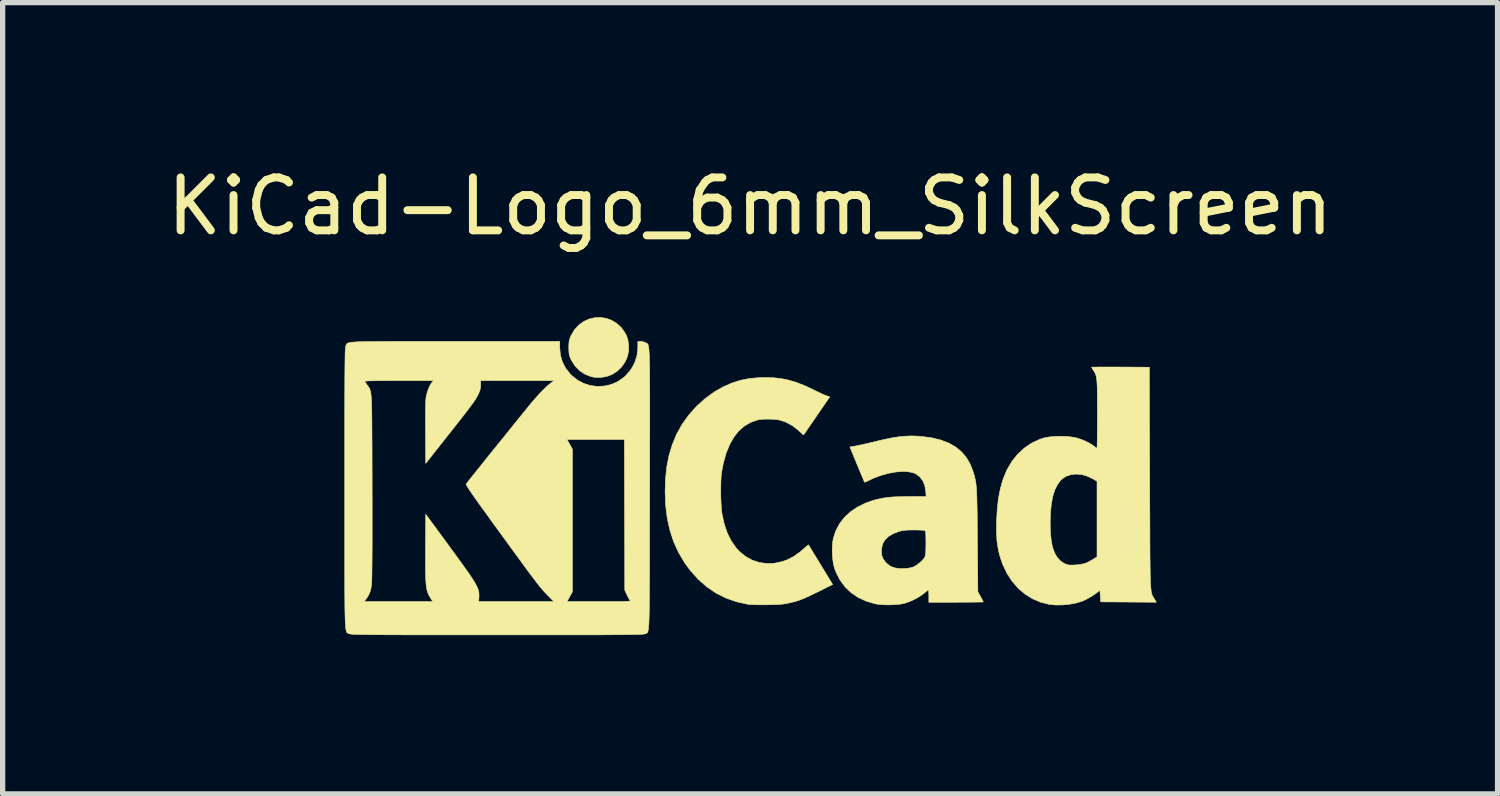
<source format=kicad_pcb>
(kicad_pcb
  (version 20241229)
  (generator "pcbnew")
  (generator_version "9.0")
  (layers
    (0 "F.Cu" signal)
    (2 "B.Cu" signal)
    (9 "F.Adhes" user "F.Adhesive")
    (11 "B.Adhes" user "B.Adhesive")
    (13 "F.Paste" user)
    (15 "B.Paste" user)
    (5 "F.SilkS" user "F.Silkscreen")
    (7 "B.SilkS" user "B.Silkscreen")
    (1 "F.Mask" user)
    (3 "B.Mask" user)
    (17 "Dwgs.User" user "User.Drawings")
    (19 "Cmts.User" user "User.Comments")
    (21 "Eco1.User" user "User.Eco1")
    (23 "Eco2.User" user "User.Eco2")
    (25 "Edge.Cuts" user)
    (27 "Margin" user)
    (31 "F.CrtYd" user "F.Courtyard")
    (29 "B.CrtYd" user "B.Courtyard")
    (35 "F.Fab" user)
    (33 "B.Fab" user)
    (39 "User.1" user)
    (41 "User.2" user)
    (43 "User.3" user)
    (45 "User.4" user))
  (footprint "KiCad-Logo_6mm_SilkScreen"
    (layer "F.Cu")
    (at 11.125 5.928)
    (property "Reference" "KiCad-Logo_6mm_SilkScreen" (at 0 -5.08 0) (layer "F.SilkS") (effects (font (size 1 1) (thickness 0.15))))
    (attr board_only exclude_from_pos_files exclude_from_bom allow_missing_courtyard)
    (fp_poly (pts (xy -2.726 -2.964) (xy -2.623 -2.928) (xy -2.527 -2.871) (xy -2.441 -2.795) (xy -2.369 -2.697) (xy -2.336 -2.636) (xy -2.308 -2.55) (xy -2.295 -2.451) (xy -2.296 -2.35) (xy -2.313 -2.257) (xy -2.359 -2.145) (xy -2.425 -2.047) (xy -2.509 -1.966) (xy -2.606 -1.904) (xy -2.714 -1.862) (xy -2.829 -1.844) (xy -2.948 -1.849) (xy -3.007 -1.862) (xy -3.121 -1.906) (xy -3.222 -1.974) (xy -3.309 -2.063) (xy -3.377 -2.171) (xy -3.383 -2.183) (xy -3.403 -2.227) (xy -3.415 -2.265) (xy -3.422 -2.304) (xy -3.425 -2.355) (xy -3.426 -2.41) (xy -3.425 -2.476) (xy -3.421 -2.523) (xy -3.413 -2.562) (xy -3.399 -2.6) (xy -3.382 -2.639) (xy -3.318 -2.747) (xy -3.238 -2.834) (xy -3.147 -2.901) (xy -3.047 -2.948) (xy -2.941 -2.973) (xy -2.833 -2.979) (xy -2.726 -2.964)) (stroke (width 0.01) (type solid)) (fill yes) (layer "F.SilkS"))
    (fp_poly (pts (xy 0.44 -1.84) (xy 0.588 -1.823) (xy 0.731 -1.794) (xy 0.876 -1.751) (xy 1.028 -1.692) (xy 1.192 -1.615) (xy 1.222 -1.6) (xy 1.29 -1.567) (xy 1.354 -1.537) (xy 1.408 -1.513) (xy 1.446 -1.498) (xy 1.451 -1.496) (xy 1.506 -1.48) (xy 1.26 -1.121) (xy 1.2 -1.033) (xy 1.144 -0.953) (xy 1.096 -0.883) (xy 1.057 -0.826) (xy 1.029 -0.785) (xy 1.013 -0.763) (xy 1.011 -0.759) (xy 1 -0.767) (xy 0.975 -0.789) (xy 0.939 -0.823) (xy 0.919 -0.841) (xy 0.806 -0.931) (xy 0.679 -0.999) (xy 0.57 -1.037) (xy 0.504 -1.049) (xy 0.422 -1.056) (xy 0.333 -1.058) (xy 0.247 -1.056) (xy 0.173 -1.048) (xy 0.144 -1.043) (xy 0.011 -0.997) (xy -0.108 -0.927) (xy -0.215 -0.834) (xy -0.308 -0.716) (xy -0.387 -0.575) (xy -0.454 -0.411) (xy -0.506 -0.223) (xy -0.537 -0.062) (xy -0.546 0.009) (xy -0.551 0.101) (xy -0.554 0.207) (xy -0.555 0.32) (xy -0.553 0.435) (xy -0.548 0.544) (xy -0.542 0.64) (xy -0.533 0.718) (xy -0.531 0.73) (xy -0.489 0.923) (xy -0.431 1.094) (xy -0.357 1.243) (xy -0.267 1.372) (xy -0.203 1.442) (xy -0.089 1.536) (xy 0.037 1.606) (xy 0.172 1.651) (xy 0.313 1.671) (xy 0.459 1.666) (xy 0.608 1.634) (xy 0.696 1.603) (xy 0.818 1.542) (xy 0.943 1.453) (xy 1.013 1.393) (xy 1.053 1.358) (xy 1.084 1.332) (xy 1.101 1.32) (xy 1.104 1.32) (xy 1.112 1.332) (xy 1.132 1.366) (xy 1.163 1.416) (xy 1.203 1.482) (xy 1.251 1.56) (xy 1.304 1.647) (xy 1.334 1.696) (xy 1.56 2.067) (xy 1.278 2.207) (xy 1.176 2.257) (xy 1.093 2.296) (xy 1.025 2.327) (xy 0.966 2.351) (xy 0.911 2.371) (xy 0.855 2.388) (xy 0.794 2.403) (xy 0.735 2.417) (xy 0.682 2.428) (xy 0.627 2.437) (xy 0.565 2.443) (xy 0.488 2.447) (xy 0.394 2.45) (xy 0.33 2.451) (xy 0.238 2.452) (xy 0.151 2.451) (xy 0.073 2.45) (xy 0.01 2.447) (xy -0.032 2.444) (xy -0.034 2.443) (xy -0.25 2.396) (xy -0.452 2.326) (xy -0.642 2.231) (xy -0.818 2.112) (xy -0.98 1.969) (xy -1.129 1.803) (xy -1.238 1.654) (xy -1.353 1.461) (xy -1.446 1.256) (xy -1.517 1.038) (xy -1.567 0.807) (xy -1.597 0.56) (xy -1.606 0.309) (xy -1.598 0.066) (xy -1.574 -0.158) (xy -1.533 -0.368) (xy -1.474 -0.565) (xy -1.396 -0.756) (xy -1.387 -0.776) (xy -1.284 -0.96) (xy -1.159 -1.135) (xy -1.013 -1.298) (xy -0.851 -1.445) (xy -0.676 -1.572) (xy -0.514 -1.665) (xy -0.349 -1.738) (xy -0.185 -1.791) (xy -0.013 -1.825) (xy 0.171 -1.842) (xy 0.281 -1.844) (xy 0.44 -1.84)) (stroke (width 0.01) (type solid)) (fill yes) (layer "F.SilkS"))
    (fp_poly (pts (xy 6.842 -2.043) (xy 6.959 -2.043) (xy 6.999 -2.042) (xy 7.544 -2.039) (xy 7.551 0.055) (xy 7.552 0.339) (xy 7.553 0.597) (xy 7.554 0.83) (xy 7.555 1.039) (xy 7.555 1.227) (xy 7.556 1.393) (xy 7.557 1.54) (xy 7.559 1.669) (xy 7.56 1.782) (xy 7.562 1.879) (xy 7.564 1.961) (xy 7.567 2.031) (xy 7.57 2.09) (xy 7.574 2.138) (xy 7.578 2.177) (xy 7.582 2.209) (xy 7.588 2.235) (xy 7.594 2.257) (xy 7.601 2.274) (xy 7.609 2.29) (xy 7.618 2.305) (xy 7.627 2.32) (xy 7.638 2.337) (xy 7.64 2.341) (xy 7.676 2.403) (xy 7.15 2.399) (xy 6.625 2.396) (xy 6.618 2.28) (xy 6.614 2.225) (xy 6.61 2.193) (xy 6.605 2.18) (xy 6.597 2.183) (xy 6.59 2.19) (xy 6.561 2.217) (xy 6.514 2.251) (xy 6.456 2.289) (xy 6.392 2.326) (xy 6.33 2.359) (xy 6.283 2.38) (xy 6.171 2.415) (xy 6.044 2.44) (xy 5.909 2.454) (xy 5.777 2.455) (xy 5.656 2.444) (xy 5.654 2.444) (xy 5.49 2.402) (xy 5.335 2.336) (xy 5.193 2.247) (xy 5.065 2.137) (xy 4.951 2.006) (xy 4.854 1.856) (xy 4.775 1.689) (xy 4.731 1.565) (xy 4.703 1.462) (xy 4.682 1.361) (xy 4.667 1.258) (xy 4.659 1.146) (xy 4.656 1.019) (xy 4.658 0.915) (xy 5.671 0.915) (xy 5.675 1.089) (xy 5.691 1.239) (xy 5.716 1.366) (xy 5.754 1.471) (xy 5.803 1.555) (xy 5.864 1.621) (xy 5.934 1.668) (xy 5.971 1.685) (xy 6.003 1.695) (xy 6.038 1.7) (xy 6.086 1.701) (xy 6.137 1.699) (xy 6.238 1.69) (xy 6.318 1.672) (xy 6.343 1.664) (xy 6.4 1.638) (xy 6.461 1.605) (xy 6.487 1.589) (xy 6.556 1.544) (xy 6.556 0.117) (xy 6.48 0.072) (xy 6.375 0.021) (xy 6.268 -0.01) (xy 6.162 -0.019) (xy 6.061 -0.008) (xy 5.97 0.023) (xy 5.893 0.075) (xy 5.868 0.099) (xy 5.808 0.181) (xy 5.759 0.279) (xy 5.721 0.396) (xy 5.695 0.533) (xy 5.678 0.692) (xy 5.671 0.876) (xy 5.671 0.915) (xy 4.658 0.915) (xy 4.658 0.872) (xy 4.67 0.646) (xy 4.693 0.442) (xy 4.729 0.258) (xy 4.777 0.089) (xy 4.839 -0.066) (xy 4.861 -0.112) (xy 4.95 -0.262) (xy 5.058 -0.396) (xy 5.182 -0.51) (xy 5.319 -0.604) (xy 5.468 -0.674) (xy 5.557 -0.703) (xy 5.644 -0.72) (xy 5.749 -0.73) (xy 5.863 -0.734) (xy 5.977 -0.73) (xy 6.083 -0.719) (xy 6.167 -0.703) (xy 6.268 -0.67) (xy 6.366 -0.628) (xy 6.451 -0.58) (xy 6.497 -0.548) (xy 6.528 -0.525) (xy 6.55 -0.51) (xy 6.555 -0.508) (xy 6.557 -0.521) (xy 6.558 -0.559) (xy 6.559 -0.619) (xy 6.561 -0.699) (xy 6.562 -0.795) (xy 6.562 -0.906) (xy 6.563 -1.027) (xy 6.563 -1.151) (xy 6.563 -1.31) (xy 6.562 -1.444) (xy 6.561 -1.555) (xy 6.56 -1.647) (xy 6.557 -1.721) (xy 6.553 -1.781) (xy 6.548 -1.829) (xy 6.54 -1.867) (xy 6.531 -1.898) (xy 6.52 -1.925) (xy 6.507 -1.949) (xy 6.49 -1.975) (xy 6.488 -1.978) (xy 6.467 -2.011) (xy 6.455 -2.034) (xy 6.453 -2.039) (xy 6.466 -2.04) (xy 6.504 -2.041) (xy 6.563 -2.042) (xy 6.642 -2.043) (xy 6.735 -2.043) (xy 6.842 -2.043)) (stroke (width 0.01) (type solid)) (fill yes) (layer "F.SilkS"))
    (fp_poly (pts (xy 3.168 -0.736) (xy 3.236 -0.731) (xy 3.43 -0.705) (xy 3.603 -0.663) (xy 3.753 -0.606) (xy 3.884 -0.532) (xy 3.994 -0.441) (xy 4.086 -0.333) (xy 4.16 -0.206) (xy 4.214 -0.069) (xy 4.227 -0.025) (xy 4.239 0.016) (xy 4.249 0.057) (xy 4.258 0.099) (xy 4.266 0.145) (xy 4.272 0.196) (xy 4.277 0.257) (xy 4.281 0.327) (xy 4.285 0.411) (xy 4.287 0.509) (xy 4.29 0.624) (xy 4.292 0.759) (xy 4.293 0.915) (xy 4.295 1.095) (xy 4.296 1.236) (xy 4.304 2.204) (xy 4.356 2.297) (xy 4.38 2.342) (xy 4.398 2.377) (xy 4.407 2.395) (xy 4.407 2.396) (xy 4.394 2.398) (xy 4.356 2.399) (xy 4.297 2.4) (xy 4.22 2.401) (xy 4.127 2.402) (xy 4.021 2.402) (xy 3.906 2.403) (xy 3.892 2.403) (xy 3.378 2.403) (xy 3.378 2.286) (xy 3.377 2.233) (xy 3.374 2.193) (xy 3.371 2.171) (xy 3.369 2.169) (xy 3.356 2.178) (xy 3.328 2.2) (xy 3.291 2.231) (xy 3.29 2.231) (xy 3.224 2.281) (xy 3.14 2.331) (xy 3.048 2.376) (xy 2.957 2.411) (xy 2.918 2.423) (xy 2.838 2.439) (xy 2.741 2.448) (xy 2.635 2.453) (xy 2.528 2.451) (xy 2.43 2.443) (xy 2.362 2.432) (xy 2.194 2.383) (xy 2.042 2.312) (xy 1.909 2.222) (xy 1.794 2.112) (xy 1.699 1.984) (xy 1.625 1.839) (xy 1.592 1.751) (xy 1.572 1.665) (xy 1.559 1.562) (xy 1.553 1.451) (xy 1.553 1.435) (xy 2.482 1.435) (xy 2.489 1.517) (xy 2.515 1.586) (xy 2.562 1.649) (xy 2.581 1.668) (xy 2.645 1.718) (xy 2.72 1.75) (xy 2.81 1.766) (xy 2.904 1.767) (xy 2.994 1.759) (xy 3.062 1.744) (xy 3.092 1.733) (xy 3.145 1.703) (xy 3.202 1.66) (xy 3.254 1.612) (xy 3.293 1.566) (xy 3.303 1.549) (xy 3.311 1.526) (xy 3.317 1.488) (xy 3.32 1.433) (xy 3.322 1.357) (xy 3.323 1.284) (xy 3.322 1.199) (xy 3.321 1.138) (xy 3.319 1.096) (xy 3.315 1.07) (xy 3.309 1.055) (xy 3.301 1.048) (xy 3.299 1.046) (xy 3.276 1.043) (xy 3.233 1.04) (xy 3.173 1.038) (xy 3.104 1.037) (xy 3.089 1.037) (xy 2.997 1.038) (xy 2.925 1.043) (xy 2.869 1.051) (xy 2.822 1.062) (xy 2.706 1.106) (xy 2.615 1.16) (xy 2.548 1.225) (xy 2.504 1.302) (xy 2.484 1.391) (xy 2.482 1.435) (xy 1.553 1.435) (xy 1.554 1.342) (xy 1.564 1.245) (xy 1.571 1.205) (xy 1.617 1.059) (xy 1.687 0.924) (xy 1.78 0.802) (xy 1.895 0.695) (xy 2.03 0.603) (xy 2.183 0.528) (xy 2.313 0.482) (xy 2.401 0.459) (xy 2.484 0.44) (xy 2.569 0.426) (xy 2.661 0.416) (xy 2.765 0.41) (xy 2.888 0.407) (xy 2.998 0.406) (xy 3.326 0.405) (xy 3.319 0.307) (xy 3.302 0.2) (xy 3.264 0.108) (xy 3.207 0.033) (xy 3.134 -0.022) (xy 3.07 -0.048) (xy 2.977 -0.065) (xy 2.867 -0.068) (xy 2.745 -0.057) (xy 2.615 -0.033) (xy 2.483 0.003) (xy 2.354 0.049) (xy 2.261 0.092) (xy 2.216 0.114) (xy 2.181 0.129) (xy 2.164 0.135) (xy 2.163 0.135) (xy 2.157 0.121) (xy 2.142 0.086) (xy 2.119 0.032) (xy 2.09 -0.037) (xy 2.056 -0.118) (xy 2.022 -0.201) (xy 1.886 -0.532) (xy 1.983 -0.548) (xy 2.025 -0.556) (xy 2.088 -0.57) (xy 2.167 -0.587) (xy 2.257 -0.608) (xy 2.351 -0.63) (xy 2.389 -0.64) (xy 2.552 -0.677) (xy 2.694 -0.706) (xy 2.822 -0.725) (xy 2.939 -0.736) (xy 3.053 -0.74) (xy 3.168 -0.736)) (stroke (width 0.01) (type solid)) (fill yes) (layer "F.SilkS"))
    (fp_poly (pts (xy -5.956 -2.526) (xy -5.691 -2.526) (xy -5.568 -2.526) (xy -3.597 -2.526) (xy -3.597 -2.41) (xy -3.585 -2.269) (xy -3.547 -2.138) (xy -3.485 -2.018) (xy -3.396 -1.907) (xy -3.366 -1.877) (xy -3.258 -1.793) (xy -3.14 -1.731) (xy -3.013 -1.692) (xy -2.883 -1.676) (xy -2.752 -1.683) (xy -2.625 -1.712) (xy -2.504 -1.765) (xy -2.393 -1.84) (xy -2.343 -1.886) (xy -2.25 -1.997) (xy -2.182 -2.12) (xy -2.139 -2.252) (xy -2.122 -2.392) (xy -2.122 -2.406) (xy -2.121 -2.526) (xy -2.068 -2.526) (xy -2.022 -2.52) (xy -1.979 -2.504) (xy -1.976 -2.503) (xy -1.966 -2.498) (xy -1.957 -2.494) (xy -1.949 -2.49) (xy -1.942 -2.485) (xy -1.935 -2.477) (xy -1.929 -2.467) (xy -1.924 -2.451) (xy -1.919 -2.43) (xy -1.915 -2.402) (xy -1.911 -2.366) (xy -1.908 -2.321) (xy -1.905 -2.266) (xy -1.903 -2.199) (xy -1.901 -2.12) (xy -1.899 -2.027) (xy -1.898 -1.919) (xy -1.897 -1.795) (xy -1.897 -1.654) (xy -1.896 -1.495) (xy -1.896 -1.317) (xy -1.896 -1.118) (xy -1.896 -0.897) (xy -1.897 -0.654) (xy -1.897 -0.386) (xy -1.897 -0.094) (xy -1.898 0.224) (xy -1.898 0.263) (xy -1.898 0.584) (xy -1.899 0.878) (xy -1.899 1.147) (xy -1.899 1.392) (xy -1.9 1.614) (xy -1.9 1.814) (xy -1.901 1.994) (xy -1.902 2.154) (xy -1.903 2.296) (xy -1.904 2.421) (xy -1.905 2.529) (xy -1.907 2.623) (xy -1.909 2.702) (xy -1.911 2.769) (xy -1.914 2.825) (xy -1.918 2.87) (xy -1.921 2.906) (xy -1.926 2.934) (xy -1.931 2.954) (xy -1.936 2.969) (xy -1.942 2.979) (xy -1.949 2.986) (xy -1.956 2.99) (xy -1.965 2.993) (xy -1.974 2.995) (xy -1.983 2.999) (xy -1.986 3) (xy -1.993 3.002) (xy -2.006 3.005) (xy -2.025 3.007) (xy -2.051 3.009) (xy -2.085 3.01) (xy -2.129 3.012) (xy -2.184 3.013) (xy -2.25 3.014) (xy -2.329 3.015) (xy -2.422 3.016) (xy -2.53 3.017) (xy -2.654 3.018) (xy -2.795 3.019) (xy -2.955 3.019) (xy -3.134 3.019) (xy -3.333 3.02) (xy -3.554 3.02) (xy -3.798 3.02) (xy -4.066 3.02) (xy -4.358 3.02) (xy -4.677 3.02) (xy -4.78 3.02) (xy -5.106 3.02) (xy -5.405 3.02) (xy -5.679 3.02) (xy -5.929 3.02) (xy -6.156 3.02) (xy -6.361 3.019) (xy -6.545 3.019) (xy -6.71 3.018) (xy -6.856 3.018) (xy -6.984 3.017) (xy -7.097 3.016) (xy -7.194 3.015) (xy -7.277 3.014) (xy -7.347 3.013) (xy -7.405 3.012) (xy -7.453 3.011) (xy -7.491 3.009) (xy -7.52 3.007) (xy -7.542 3.005) (xy -7.558 3.003) (xy -7.569 3.001) (xy -7.574 2.998) (xy -7.585 2.994) (xy -7.594 2.991) (xy -7.603 2.988) (xy -7.611 2.983) (xy -7.618 2.977) (xy -7.624 2.967) (xy -7.63 2.952) (xy -7.635 2.932) (xy -7.64 2.905) (xy -7.644 2.87) (xy -7.647 2.826) (xy -7.65 2.772) (xy -7.653 2.706) (xy -7.655 2.628) (xy -7.657 2.536) (xy -7.658 2.43) (xy -7.658 2.389) (xy -7.292 2.389) (xy -5.997 2.389) (xy -6.022 2.351) (xy -6.046 2.312) (xy -6.067 2.275) (xy -6.085 2.238) (xy -6.099 2.197) (xy -6.111 2.15) (xy -6.119 2.094) (xy -6.126 2.028) (xy -6.13 1.948) (xy -6.133 1.852) (xy -6.135 1.736) (xy -6.135 1.6) (xy -6.134 1.439) (xy -6.134 1.379) (xy -6.13 0.74) (xy -5.725 1.291) (xy -5.611 1.448) (xy -5.511 1.584) (xy -5.426 1.702) (xy -5.354 1.803) (xy -5.294 1.889) (xy -5.245 1.963) (xy -5.206 2.025) (xy -5.177 2.078) (xy -5.154 2.123) (xy -5.139 2.163) (xy -5.129 2.198) (xy -5.124 2.231) (xy -5.123 2.264) (xy -5.123 2.299) (xy -5.124 2.303) (xy -5.128 2.389) (xy -3.709 2.389) (xy -3.814 2.283) (xy -3.843 2.253) (xy -3.87 2.225) (xy -3.897 2.196) (xy -3.925 2.165) (xy -3.955 2.129) (xy -3.988 2.088) (xy -4.026 2.041) (xy -4.069 1.984) (xy -4.119 1.917) (xy -4.178 1.839) (xy -4.245 1.748) (xy -4.323 1.641) (xy -4.413 1.518) (xy -4.516 1.378) (xy -4.632 1.217) (xy -4.728 1.086) (xy -4.848 0.921) (xy -4.952 0.776) (xy -5.043 0.651) (xy -5.12 0.544) (xy -5.184 0.454) (xy -5.237 0.379) (xy -5.279 0.317) (xy -5.312 0.269) (xy -5.336 0.231) (xy -5.352 0.203) (xy -5.362 0.184) (xy -5.365 0.172) (xy -5.364 0.165) (xy -5.351 0.148) (xy -5.322 0.112) (xy -5.279 0.058) (xy -5.225 -0.01) (xy -5.16 -0.091) (xy -5.086 -0.183) (xy -5.006 -0.283) (xy -4.921 -0.389) (xy -4.832 -0.499) (xy -4.742 -0.611) (xy -4.692 -0.673) (xy -3.459 -0.673) (xy -3.408 -0.58) (xy -3.357 -0.487) (xy -3.357 2.204) (xy -3.408 2.296) (xy -3.459 2.389) (xy -2.853 2.389) (xy -2.709 2.389) (xy -2.589 2.389) (xy -2.493 2.388) (xy -2.417 2.388) (xy -2.359 2.386) (xy -2.317 2.385) (xy -2.289 2.382) (xy -2.273 2.379) (xy -2.266 2.375) (xy -2.265 2.37) (xy -2.269 2.365) (xy -2.27 2.365) (xy -2.287 2.34) (xy -2.31 2.299) (xy -2.33 2.258) (xy -2.368 2.176) (xy -2.376 -0.673) (xy -3.459 -0.673) (xy -4.692 -0.673) (xy -4.651 -0.723) (xy -4.563 -0.832) (xy -4.479 -0.937) (xy -4.4 -1.035) (xy -4.328 -1.124) (xy -4.264 -1.202) (xy -4.212 -1.267) (xy -4.172 -1.317) (xy -4.148 -1.346) (xy -4.056 -1.453) (xy -3.968 -1.55) (xy -3.886 -1.634) (xy -3.814 -1.701) (xy -3.763 -1.741) (xy -3.703 -1.785) (xy -5.092 -1.785) (xy -5.092 -1.703) (xy -5.096 -1.643) (xy -5.11 -1.588) (xy -5.133 -1.535) (xy -5.148 -1.505) (xy -5.163 -1.476) (xy -5.182 -1.445) (xy -5.204 -1.41) (xy -5.232 -1.369) (xy -5.267 -1.322) (xy -5.31 -1.264) (xy -5.362 -1.195) (xy -5.426 -1.113) (xy -5.503 -1.015) (xy -5.593 -0.9) (xy -5.7 -0.765) (xy -5.712 -0.75) (xy -6.13 -0.221) (xy -6.134 -0.807) (xy -6.135 -0.983) (xy -6.135 -1.131) (xy -6.134 -1.254) (xy -6.132 -1.35) (xy -6.128 -1.421) (xy -6.124 -1.467) (xy -6.123 -1.475) (xy -6.101 -1.567) (xy -6.071 -1.649) (xy -6.038 -1.716) (xy -6.018 -1.744) (xy -5.984 -1.785) (xy -6.638 -1.785) (xy -6.794 -1.785) (xy -6.924 -1.784) (xy -7.031 -1.784) (xy -7.116 -1.782) (xy -7.182 -1.781) (xy -7.229 -1.779) (xy -7.26 -1.776) (xy -7.277 -1.773) (xy -7.282 -1.769) (xy -7.282 -1.768) (xy -7.268 -1.747) (xy -7.245 -1.714) (xy -7.233 -1.697) (xy -7.22 -1.68) (xy -7.209 -1.665) (xy -7.199 -1.65) (xy -7.19 -1.635) (xy -7.183 -1.616) (xy -7.176 -1.593) (xy -7.17 -1.565) (xy -7.165 -1.53) (xy -7.161 -1.486) (xy -7.157 -1.432) (xy -7.154 -1.367) (xy -7.151 -1.288) (xy -7.149 -1.196) (xy -7.148 -1.087) (xy -7.147 -0.961) (xy -7.146 -0.816) (xy -7.145 -0.651) (xy -7.144 -0.464) (xy -7.144 -0.253) (xy -7.143 -0.018) (xy -7.143 0.198) (xy -7.142 0.439) (xy -7.142 0.668) (xy -7.142 0.885) (xy -7.142 1.089) (xy -7.142 1.276) (xy -7.143 1.447) (xy -7.144 1.6) (xy -7.145 1.732) (xy -7.146 1.844) (xy -7.148 1.932) (xy -7.149 1.996) (xy -7.151 2.035) (xy -7.151 2.039) (xy -7.163 2.132) (xy -7.182 2.207) (xy -7.211 2.273) (xy -7.253 2.337) (xy -7.258 2.344) (xy -7.292 2.389) (xy -7.658 2.389) (xy -7.659 2.307) (xy -7.66 2.168) (xy -7.66 2.011) (xy -7.661 1.834) (xy -7.661 1.636) (xy -7.661 1.418) (xy -7.661 1.176) (xy -7.661 0.911) (xy -7.661 0.62) (xy -7.661 0.304) (xy -7.661 0.241) (xy -7.661 -0.079) (xy -7.661 -0.372) (xy -7.661 -0.641) (xy -7.661 -0.885) (xy -7.661 -1.106) (xy -7.66 -1.305) (xy -7.66 -1.484) (xy -7.659 -1.643) (xy -7.659 -1.784) (xy -7.658 -1.907) (xy -7.657 -2.015) (xy -7.656 -2.107) (xy -7.655 -2.185) (xy -7.654 -2.25) (xy -7.653 -2.304) (xy -7.651 -2.347) (xy -7.649 -2.381) (xy -7.647 -2.406) (xy -7.645 -2.425) (xy -7.643 -2.437) (xy -7.64 -2.444) (xy -7.64 -2.444) (xy -7.635 -2.455) (xy -7.631 -2.466) (xy -7.626 -2.475) (xy -7.62 -2.483) (xy -7.61 -2.49) (xy -7.596 -2.496) (xy -7.576 -2.502) (xy -7.549 -2.507) (xy -7.514 -2.511) (xy -7.469 -2.515) (xy -7.413 -2.518) (xy -7.345 -2.52) (xy -7.263 -2.522) (xy -7.166 -2.523) (xy -7.052 -2.524) (xy -6.921 -2.525) (xy -6.771 -2.526) (xy -6.601 -2.526) (xy -6.409 -2.526) (xy -6.195 -2.526) (xy -5.956 -2.526)) (stroke (width 0.01) (type solid)) (fill yes) (layer "F.SilkS")))
  (gr_rect
    (start -3 -3)
    (end 25.25 11.953)
    (stroke (width 0.1) (type default))
    (fill no)
    (layer "Edge.Cuts")))
</source>
